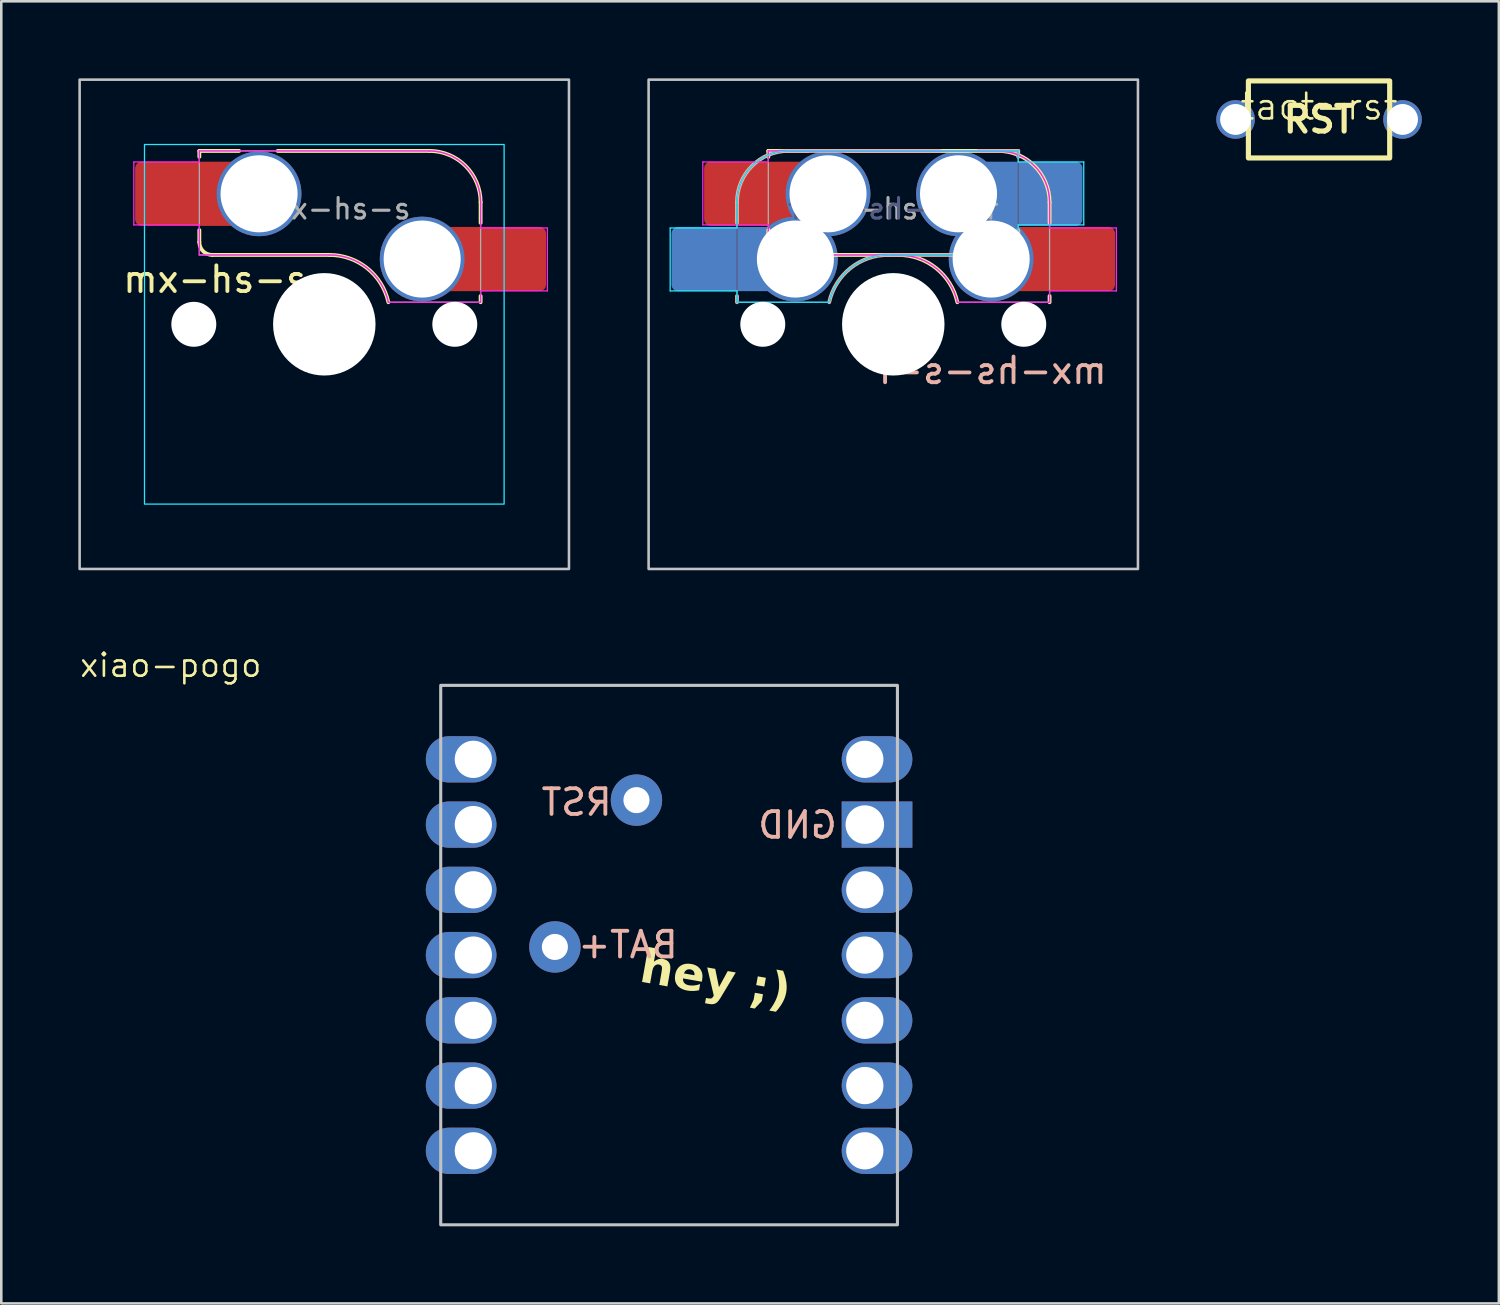
<source format=kicad_pcb>
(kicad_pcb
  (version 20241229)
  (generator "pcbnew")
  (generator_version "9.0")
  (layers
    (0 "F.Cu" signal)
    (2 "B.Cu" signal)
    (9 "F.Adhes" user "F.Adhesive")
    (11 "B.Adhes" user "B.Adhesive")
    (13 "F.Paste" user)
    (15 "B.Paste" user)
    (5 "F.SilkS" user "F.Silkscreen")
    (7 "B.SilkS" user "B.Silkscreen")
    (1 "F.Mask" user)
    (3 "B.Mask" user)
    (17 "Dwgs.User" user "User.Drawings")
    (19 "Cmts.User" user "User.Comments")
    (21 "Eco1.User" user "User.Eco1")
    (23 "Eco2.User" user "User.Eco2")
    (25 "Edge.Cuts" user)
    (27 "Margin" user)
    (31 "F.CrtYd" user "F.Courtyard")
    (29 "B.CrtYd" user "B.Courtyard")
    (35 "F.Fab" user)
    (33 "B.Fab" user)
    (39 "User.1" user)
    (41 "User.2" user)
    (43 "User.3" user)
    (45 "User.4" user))
  (footprint "xiao-pogo"
    (layer "F.Cu")
    (at 22.997 34.131)
    (property "Reference" "xiao-pogo" (at -19.399 -11.283 0) (layer "F.SilkS") (effects (font (size 0.889 0.889) (thickness 0.102))))
    (attr smd exclude_from_pos_files)
    (fp_rect (start -8.89 10.5) (end 8.89 -10.5) (stroke (width 0.12) (type solid)) (fill no) (layer "Dwgs.User"))
    (fp_text user "hey ;)" (at 1.8 1 350) (unlocked yes) (layer "F.SilkS") (effects (font (face "Futura") (size 1.3 1.3) (thickness 0.325) (bold yes))))
    (fp_text user "BAT+" (at -1.6 -0.4 0) (unlocked yes) (layer "B.SilkS") (effects (font (size 1 1) (thickness 0.15)) (justify mirror)))
    (fp_text user "RST" (at -3.6 -5.95 0) (unlocked yes) (layer "B.SilkS") (effects (font (size 1 1) (thickness 0.15)) (justify mirror)))
    (fp_text user "GND" (at 5 -5.06 0) (unlocked yes) (layer "B.SilkS") (effects (font (size 1 1) (thickness 0.15)) (justify mirror)))
    (pad "1" thru_hole oval (at -7.62 -7.62) (size 2.75 1.8) (drill 1.45 (offset -0.475 0)) (layers "*.Cu" "*.Mask"))
    (pad "2" thru_hole oval (at -7.62 -5.08) (size 2.75 1.8) (drill 1.45 (offset -0.475 0)) (layers "*.Cu" "*.Mask"))
    (pad "3" thru_hole oval (at -7.62 -2.54) (size 2.75 1.8) (drill 1.45 (offset -0.475 0)) (layers "*.Cu" "*.Mask"))
    (pad "4" thru_hole oval (at -7.62 0) (size 2.75 1.8) (drill 1.45 (offset -0.475 0)) (layers "*.Cu" "*.Mask"))
    (pad "5" thru_hole oval (at -7.62 2.54) (size 2.75 1.8) (drill 1.45 (offset -0.475 0)) (layers "*.Cu" "*.Mask"))
    (pad "6" thru_hole oval (at -7.62 5.08) (size 2.75 1.8) (drill 1.45 (offset -0.475 0)) (layers "*.Cu" "*.Mask"))
    (pad "7" thru_hole oval (at -7.62 7.62) (size 2.75 1.8) (drill 1.45 (offset -0.475 0)) (layers "*.Cu" "*.Mask"))
    (pad "8" thru_hole oval (at 7.62 7.62 180) (size 2.75 1.8) (drill 1.45 (offset -0.475 0)) (layers "*.Cu" "*.Mask"))
    (pad "9" thru_hole oval (at 7.62 5.08 180) (size 2.75 1.8) (drill 1.45 (offset -0.475 0)) (layers "*.Cu" "*.Mask"))
    (pad "10" thru_hole oval (at 7.62 2.54 180) (size 2.75 1.8) (drill 1.45 (offset -0.475 0)) (layers "*.Cu" "*.Mask"))
    (pad "11" thru_hole oval (at 7.62 0 180) (size 2.75 1.8) (drill 1.45 (offset -0.475 0)) (layers "*.Cu" "*.Mask"))
    (pad "12" thru_hole oval (at 7.62 -2.54 180) (size 2.75 1.8) (drill 1.45 (offset -0.475 0)) (layers "*.Cu" "*.Mask"))
    (pad "13" thru_hole rect (at 7.62 -5.08 180) (size 2.75 1.8) (drill 1.5 (offset -0.475 0)) (layers "*.Cu" "*.Mask"))
    (pad "14" thru_hole oval (at 7.62 -7.62 180) (size 2.75 1.8) (drill 1.45 (offset -0.475 0)) (layers "*.Cu" "*.Mask"))
    (pad "18" thru_hole circle (at -1.27 -6.032 90) (size 2 2) (drill 1.016) (property pad_prop_castellated) (layers "*.Cu" "*.Mask"))
    (pad "19" thru_hole circle (at -4.445 -0.317 180) (size 2 2) (drill 1.016) (property pad_prop_castellated) (layers "*.Cu" "*.Mask")))
  (footprint "mx-hs-s-r"
    (layer "F.Cu")
    (at 31.725 9.575)
    (property "Reference" "mx-hs-s-r" (at 3.8 1.8 0) (layer "B.SilkS") (effects (font (size 1 1) (thickness 0.15)) (justify mirror)))
    (attr smd)
    (fp_line (start -4.865 -3.67) (end -4.865 -3.2) (stroke (width 0.15) (type solid)) (layer "F.SilkS"))
    (fp_line (start -4.865 -6.75) (end -4.865 -6.52) (stroke (width 0.15) (type solid)) (layer "F.SilkS"))
    (fp_line (start -4.365 -2.7) (end 0.2 -2.7) (stroke (width 0.15) (type solid)) (layer "F.SilkS"))
    (fp_line (start -3.315 -6.75) (end -4.865 -6.75) (stroke (width 0.15) (type solid)) (layer "F.SilkS"))
    (fp_line (start 4.085 -6.75) (end -1.815 -6.75) (stroke (width 0.15) (type solid)) (layer "F.SilkS"))
    (fp_line (start 6.085 -1.1) (end 6.085 -0.86) (stroke (width 0.15) (type solid)) (layer "F.SilkS"))
    (fp_line (start 6.085 -3.95) (end 6.085 -4.75) (stroke (width 0.15) (type solid)) (layer "F.SilkS"))
    (fp_arc (start -4.364825 -2.700216) (mid -4.718382 -2.846662) (end -4.864824 -3.200221) (stroke (width 0.15) (type solid)) (layer "F.SilkS"))
    (fp_arc (start 0.200001 -2.700221) (mid 1.670694 -2.183639) (end 2.494322 -0.860222) (stroke (width 0.15) (type solid)) (layer "F.SilkS"))
    (fp_arc (start 4.085172 -6.750221) (mid 5.499391 -6.164436) (end 6.085178 -4.750217) (stroke (width 0.15) (type solid)) (layer "F.SilkS"))
    (fp_line (start -6.085 -1.1) (end -6.085 -0.86) (stroke (width 0.15) (type solid)) (layer "B.SilkS"))
    (fp_line (start -6.085 -3.95) (end -6.085 -4.75) (stroke (width 0.15) (type solid)) (layer "B.SilkS"))
    (fp_line (start -4.085 -6.75) (end 1.815 -6.75) (stroke (width 0.15) (type solid)) (layer "B.SilkS"))
    (fp_line (start 3.315 -6.75) (end 4.865 -6.75) (stroke (width 0.15) (type solid)) (layer "B.SilkS"))
    (fp_line (start 4.365 -2.7) (end -0.2 -2.7) (stroke (width 0.15) (type solid)) (layer "B.SilkS"))
    (fp_line (start 4.865 -6.75) (end 4.865 -6.52) (stroke (width 0.15) (type solid)) (layer "B.SilkS"))
    (fp_line (start 4.865 -3.67) (end 4.865 -3.2) (stroke (width 0.15) (type solid)) (layer "B.SilkS"))
    (fp_arc (start -6.085176 -4.750216) (mid -5.49939 -6.164431) (end -4.085176 -6.750218) (stroke (width 0.15) (type solid)) (layer "B.SilkS"))
    (fp_arc (start -2.494321 -0.860222) (mid -1.670692 -2.183638) (end -0.199999 -2.70022) (stroke (width 0.15) (type solid)) (layer "B.SilkS"))
    (fp_arc (start 4.864825 -3.200217) (mid 4.718377 -2.846667) (end 4.364826 -2.700217) (stroke (width 0.15) (type solid)) (layer "B.SilkS"))
    (fp_rect (start -9.525 -9.525) (end 9.525 9.525) (stroke (width 0.1) (type default)) (fill no) (layer "Dwgs.User"))
    (fp_line (start -8.685 -3.75) (end -8.685 -1.3) (stroke (width 0.05) (type solid)) (layer "B.CrtYd"))
    (fp_line (start -8.685 -1.3) (end -6.085 -1.3) (stroke (width 0.05) (type solid)) (layer "B.CrtYd"))
    (fp_line (start -6.085 -1.3) (end -6.085 -0.86) (stroke (width 0.05) (type solid)) (layer "B.CrtYd"))
    (fp_line (start -6.085 -3.75) (end -8.685 -3.75) (stroke (width 0.05) (type solid)) (layer "B.CrtYd"))
    (fp_line (start -6.085 -3.75) (end -6.085 -4.75) (stroke (width 0.05) (type solid)) (layer "B.CrtYd"))
    (fp_line (start -6.085 -0.86) (end -2.494 -0.86) (stroke (width 0.05) (type solid)) (layer "B.CrtYd"))
    (fp_line (start -4.085 -6.75) (end 4.865 -6.75) (stroke (width 0.05) (type solid)) (layer "B.CrtYd"))
    (fp_line (start 4.865 -6.75) (end 4.865 -6.32) (stroke (width 0.05) (type solid)) (layer "B.CrtYd"))
    (fp_line (start 4.865 -3.87) (end 4.865 -2.7) (stroke (width 0.05) (type solid)) (layer "B.CrtYd"))
    (fp_line (start 4.865 -3.87) (end 7.415 -3.87) (stroke (width 0.05) (type solid)) (layer "B.CrtYd"))
    (fp_line (start 4.865 -2.7) (end -0.2 -2.7) (stroke (width 0.05) (type solid)) (layer "B.CrtYd"))
    (fp_line (start 7.415 -6.32) (end 4.865 -6.32) (stroke (width 0.05) (type solid)) (layer "B.CrtYd"))
    (fp_line (start 7.415 -3.87) (end 7.415 -6.32) (stroke (width 0.05) (type solid)) (layer "B.CrtYd"))
    (fp_arc (start -6.085176 -4.750216) (mid -5.49939 -6.164431) (end -4.085176 -6.750218) (stroke (width 0.05) (type solid)) (layer "B.CrtYd"))
    (fp_arc (start -2.494321 -0.860222) (mid -1.670501 -2.183401) (end -0.199999 -2.70022) (stroke (width 0.05) (type solid)) (layer "B.CrtYd"))
    (fp_line (start -7.415 -3.87) (end -7.415 -6.32) (stroke (width 0.05) (type solid)) (layer "F.CrtYd"))
    (fp_line (start -7.415 -6.32) (end -4.865 -6.32) (stroke (width 0.05) (type solid)) (layer "F.CrtYd"))
    (fp_line (start -4.865 -3.87) (end -7.415 -3.87) (stroke (width 0.05) (type solid)) (layer "F.CrtYd"))
    (fp_line (start -4.865 -3.87) (end -4.865 -2.7) (stroke (width 0.05) (type solid)) (layer "F.CrtYd"))
    (fp_line (start -4.865 -2.7) (end 0.2 -2.7) (stroke (width 0.05) (type solid)) (layer "F.CrtYd"))
    (fp_line (start -4.865 -6.75) (end -4.865 -6.32) (stroke (width 0.05) (type solid)) (layer "F.CrtYd"))
    (fp_line (start 4.085 -6.75) (end -4.865 -6.75) (stroke (width 0.05) (type solid)) (layer "F.CrtYd"))
    (fp_line (start 6.085 -1.3) (end 6.085 -0.86) (stroke (width 0.05) (type solid)) (layer "F.CrtYd"))
    (fp_line (start 6.085 -0.86) (end 2.494 -0.86) (stroke (width 0.05) (type solid)) (layer "F.CrtYd"))
    (fp_line (start 6.085 -3.75) (end 6.085 -4.75) (stroke (width 0.05) (type solid)) (layer "F.CrtYd"))
    (fp_line (start 6.085 -3.75) (end 8.685 -3.75) (stroke (width 0.05) (type solid)) (layer "F.CrtYd"))
    (fp_line (start 8.685 -1.3) (end 6.085 -1.3) (stroke (width 0.05) (type solid)) (layer "F.CrtYd"))
    (fp_line (start 8.685 -3.75) (end 8.685 -1.3) (stroke (width 0.05) (type solid)) (layer "F.CrtYd"))
    (fp_arc (start 0.200001 -2.700221) (mid 1.670503 -2.1834) (end 2.494322 -0.860222) (stroke (width 0.05) (type solid)) (layer "F.CrtYd"))
    (fp_arc (start 4.085172 -6.750221) (mid 5.499391 -6.164436) (end 6.085178 -4.750217) (stroke (width 0.05) (type solid)) (layer "F.CrtYd"))
    (fp_line (start -6.085 -0.86) (end -6.085 -4.75) (stroke (width 0.05) (type solid)) (layer "B.Fab"))
    (fp_line (start -6.085 -0.86) (end -2.494 -0.86) (stroke (width 0.05) (type solid)) (layer "B.Fab"))
    (fp_line (start -4.085 -6.75) (end 4.865 -6.75) (stroke (width 0.05) (type solid)) (layer "B.Fab"))
    (fp_line (start 4.865 -6.75) (end 4.865 -2.7) (stroke (width 0.05) (type solid)) (layer "B.Fab"))
    (fp_line (start 4.865 -2.7) (end -0.2 -2.7) (stroke (width 0.05) (type solid)) (layer "B.Fab"))
    (fp_arc (start -6.085176 -4.750216) (mid -5.49939 -6.164431) (end -4.085176 -6.750218) (stroke (width 0.05) (type solid)) (layer "B.Fab"))
    (fp_arc (start -2.494321 -0.860222) (mid -1.670501 -2.183401) (end -0.199999 -2.70022) (stroke (width 0.05) (type solid)) (layer "B.Fab"))
    (fp_line (start -4.865 -2.7) (end 0.2 -2.7) (stroke (width 0.05) (type solid)) (layer "F.Fab"))
    (fp_line (start -4.865 -6.75) (end -4.865 -2.7) (stroke (width 0.05) (type solid)) (layer "F.Fab"))
    (fp_line (start 4.085 -6.75) (end -4.865 -6.75) (stroke (width 0.05) (type solid)) (layer "F.Fab"))
    (fp_line (start 6.085 -0.86) (end 2.494 -0.86) (stroke (width 0.05) (type solid)) (layer "F.Fab"))
    (fp_line (start 6.085 -0.86) (end 6.085 -4.75) (stroke (width 0.05) (type solid)) (layer "F.Fab"))
    (fp_arc (start 0.200001 -2.700221) (mid 1.670503 -2.1834) (end 2.494322 -0.860222) (stroke (width 0.05) (type solid)) (layer "F.Fab"))
    (fp_arc (start 4.085172 -6.750221) (mid 5.499391 -6.164436) (end 6.085178 -4.750217) (stroke (width 0.05) (type solid)) (layer "F.Fab"))
    (fp_text user "${REFERENCE}" (at -0.5 -4.5 0) (layer "B.Fab") (effects (font (size 0.8 0.8) (thickness 0.12)) (justify mirror)))
    (fp_text user "${REFERENCE}" (at 0.5 -4.5 0) (layer "F.Fab") (effects (font (size 0.8 0.8) (thickness 0.12))))
    (pad "" np_thru_hole circle (at -5.08 -0.000002) (size 1.75 1.75) (drill 1.75) (layers "*.Cu" "*.Mask"))
    (pad "" np_thru_hole circle (at 0 0) (size 3.988 3.988) (drill 3.988) (layers "*.Cu" "*.Mask"))
    (pad "" np_thru_hole circle (at 5.08 0.000001) (size 1.75 1.75) (drill 1.75) (layers "*.Cu" "*.Mask"))
    (pad "1" smd roundrect (at -7.36 -2.54 180) (size 2.55 2.5) (layers "B.Cu" "B.Mask" "B.Paste") (roundrect_rratio 0.1))
    (pad "1" smd roundrect (at -6.09 -5.08) (size 2.55 2.5) (layers "F.Cu" "F.Mask" "F.Paste") (roundrect_rratio 0.1))
    (pad "1" smd rect (at -5.635 -2.54) (size 1.65 2.5) (layers "B.Cu"))
    (pad "1" smd rect (at -4.34 -5.08) (size 1.65 2.5) (layers "F.Cu"))
    (pad "1" thru_hole circle (at -3.81 -2.54 180) (size 3.3 3.3) (drill 3) (property pad_prop_mechanical) (layers "*.Cu" "*.Mask"))
    (pad "1" thru_hole circle (at -2.54 -5.08) (size 3.3 3.3) (drill 3) (property pad_prop_mechanical) (layers "*.Cu" "*.Mask"))
    (pad "2" thru_hole circle (at 2.54 -5.08 180) (size 3.3 3.3) (drill 3) (property pad_prop_mechanical) (layers "*.Cu" "*.Mask"))
    (pad "2" thru_hole circle (at 3.81 -2.54) (size 3.3 3.3) (drill 3) (property pad_prop_mechanical) (layers "*.Cu" "*.Mask"))
    (pad "2" smd rect (at 4.34 -5.08 180) (size 1.65 2.5) (layers "B.Cu"))
    (pad "2" smd rect (at 5.635 -2.54 180) (size 1.65 2.5) (layers "F.Cu"))
    (pad "2" smd roundrect (at 6.09 -5.08 180) (size 2.55 2.5) (layers "B.Cu" "B.Mask" "B.Paste") (roundrect_rratio 0.1))
    (pad "2" smd roundrect (at 7.36 -2.54) (size 2.55 2.5) (layers "F.Cu" "F.Mask" "F.Paste") (roundrect_rratio 0.1)))
  (footprint "tact-rst"
    (layer "F.Cu")
    (at 48.3 1.6)
    (property "Reference" "tact-rst" (at 0 -0.5 0) (unlocked yes) (layer "F.SilkS") (effects (font (size 1 1) (thickness 0.1))))
    (attr smd exclude_from_pos_files)
    (fp_rect (start -2.75 -1.5) (end 2.75 1.5) (stroke (width 0.2) (type solid)) (fill no) (layer "F.SilkS"))
    (fp_text user "RST" (at 0 0 0) (unlocked yes) (layer "F.SilkS") (effects (font (size 1 1) (thickness 0.2) (bold yes))))
    (pad "1" thru_hole circle (at -3.25 0) (size 1.5 1.5) (drill 1.2) (layers "*.Cu" "*.Mask"))
    (pad "2" thru_hole circle (at 3.25 0) (size 1.5 1.5) (drill 1.2) (layers "*.Cu" "*.Mask")))
  (footprint "mx-hs-s"
    (layer "F.Cu")
    (at 9.575 9.575)
    (property "Reference" "mx-hs-s" (at -4.25 -1.75 0) (layer "F.SilkS") (effects (font (size 1 1) (thickness 0.15))))
    (attr smd)
    (fp_line (start -4.865 -6.75) (end -4.865 -6.52) (stroke (width 0.15) (type solid)) (layer "F.SilkS"))
    (fp_line (start -4.865 -3.67) (end -4.865 -3.2) (stroke (width 0.15) (type solid)) (layer "F.SilkS"))
    (fp_line (start -4.365 -2.7) (end 0.2 -2.7) (stroke (width 0.15) (type solid)) (layer "F.SilkS"))
    (fp_line (start -3.315 -6.75) (end -4.865 -6.75) (stroke (width 0.15) (type solid)) (layer "F.SilkS"))
    (fp_line (start 4.085 -6.75) (end -1.815 -6.75) (stroke (width 0.15) (type solid)) (layer "F.SilkS"))
    (fp_line (start 6.085 -3.95) (end 6.085 -4.75) (stroke (width 0.15) (type solid)) (layer "F.SilkS"))
    (fp_line (start 6.085 -1.1) (end 6.085 -0.86) (stroke (width 0.15) (type solid)) (layer "F.SilkS"))
    (fp_arc (start -4.364824 -2.70022) (mid -4.718377 -2.846667) (end -4.864824 -3.20022) (stroke (width 0.15) (type solid)) (layer "F.SilkS"))
    (fp_arc (start 0.2 -2.70022) (mid 1.670693 -2.183637) (end 2.494322 -0.86022) (stroke (width 0.15) (type solid)) (layer "F.SilkS"))
    (fp_arc (start 4.085176 -6.75022) (mid 5.49939 -6.164434) (end 6.085176 -4.75022) (stroke (width 0.15) (type solid)) (layer "F.SilkS"))
    (fp_rect (start -9.525 -9.525) (end 9.525 9.525) (stroke (width 0.1) (type default)) (fill no) (layer "Dwgs.User"))
    (fp_line (start -7 -6.5) (end -7 6.5) (stroke (width 0.05) (type solid)) (layer "Eco2.User"))
    (fp_line (start -6.5 7) (end 6.5 7) (stroke (width 0.05) (type solid)) (layer "Eco2.User"))
    (fp_line (start 6.5 -7) (end -6.5 -7) (stroke (width 0.05) (type solid)) (layer "Eco2.User"))
    (fp_line (start 7 6.5) (end 7 -6.5) (stroke (width 0.05) (type solid)) (layer "Eco2.User"))
    (fp_arc (start -7 -6.5) (mid -6.853553 -6.853553) (end -6.5 -7) (stroke (width 0.05) (type solid)) (layer "Eco2.User"))
    (fp_arc (start -6.497236 6.998884) (mid -6.850789 6.852437) (end -6.997236 6.498884) (stroke (width 0.05) (type solid)) (layer "Eco2.User"))
    (fp_arc (start 6.5 -7) (mid 6.853553 -6.853553) (end 7 -6.5) (stroke (width 0.05) (type solid)) (layer "Eco2.User"))
    (fp_arc (start 7 6.5) (mid 6.853553 6.853553) (end 6.5 7) (stroke (width 0.05) (type solid)) (layer "Eco2.User"))
    (fp_rect (start -7 -7) (end 7 7) (stroke (width 0.05) (type default)) (fill no) (layer "B.CrtYd"))
    (fp_line (start -7.415 -6.32) (end -4.865 -6.32) (stroke (width 0.05) (type solid)) (layer "F.CrtYd"))
    (fp_line (start -7.415 -3.87) (end -7.415 -6.32) (stroke (width 0.05) (type solid)) (layer "F.CrtYd"))
    (fp_line (start -4.865 -6.75) (end -4.865 -6.32) (stroke (width 0.05) (type solid)) (layer "F.CrtYd"))
    (fp_line (start -4.865 -3.87) (end -7.415 -3.87) (stroke (width 0.05) (type solid)) (layer "F.CrtYd"))
    (fp_line (start -4.865 -3.87) (end -4.865 -2.7) (stroke (width 0.05) (type solid)) (layer "F.CrtYd"))
    (fp_line (start -4.865 -2.7) (end 0.2 -2.7) (stroke (width 0.05) (type solid)) (layer "F.CrtYd"))
    (fp_line (start 4.085 -6.75) (end -4.865 -6.75) (stroke (width 0.05) (type solid)) (layer "F.CrtYd"))
    (fp_line (start 6.085 -3.75) (end 6.085 -4.75) (stroke (width 0.05) (type solid)) (layer "F.CrtYd"))
    (fp_line (start 6.085 -3.75) (end 8.685 -3.75) (stroke (width 0.05) (type solid)) (layer "F.CrtYd"))
    (fp_line (start 6.085 -1.3) (end 6.085 -0.86) (stroke (width 0.05) (type solid)) (layer "F.CrtYd"))
    (fp_line (start 6.085 -0.86) (end 2.494 -0.86) (stroke (width 0.05) (type solid)) (layer "F.CrtYd"))
    (fp_line (start 8.685 -3.75) (end 8.685 -1.3) (stroke (width 0.05) (type solid)) (layer "F.CrtYd"))
    (fp_line (start 8.685 -1.3) (end 6.085 -1.3) (stroke (width 0.05) (type solid)) (layer "F.CrtYd"))
    (fp_arc (start 0.2 -2.70022) (mid 1.670503 -2.183399) (end 2.494322 -0.86022) (stroke (width 0.05) (type solid)) (layer "F.CrtYd"))
    (fp_arc (start 4.085176 -6.75022) (mid 5.49939 -6.164434) (end 6.085176 -4.75022) (stroke (width 0.05) (type solid)) (layer "F.CrtYd"))
    (fp_line (start -4.865 -6.75) (end -4.865 -2.7) (stroke (width 0.05) (type solid)) (layer "F.Fab"))
    (fp_line (start -4.865 -2.7) (end 0.2 -2.7) (stroke (width 0.05) (type solid)) (layer "F.Fab"))
    (fp_line (start 4.085 -6.75) (end -4.865 -6.75) (stroke (width 0.05) (type solid)) (layer "F.Fab"))
    (fp_line (start 6.085 -0.86) (end 2.494 -0.86) (stroke (width 0.05) (type solid)) (layer "F.Fab"))
    (fp_line (start 6.085 -0.86) (end 6.085 -4.75) (stroke (width 0.05) (type solid)) (layer "F.Fab"))
    (fp_arc (start 0.2 -2.70022) (mid 1.670503 -2.183399) (end 2.494322 -0.86022) (stroke (width 0.05) (type solid)) (layer "F.Fab"))
    (fp_arc (start 4.085176 -6.75022) (mid 5.49939 -6.164434) (end 6.085176 -4.75022) (stroke (width 0.05) (type solid)) (layer "F.Fab"))
    (fp_text user "${REFERENCE}" (at 0.5 -4.5 0) (layer "F.Fab") (effects (font (size 0.8 0.8) (thickness 0.12))))
    (pad "" np_thru_hole circle (at -5.08 0) (size 1.75 1.75) (drill 1.75) (layers "*.Cu" "*.Mask"))
    (pad "" np_thru_hole circle (at 0 0) (size 3.988 3.988) (drill 3.988) (layers "*.Cu" "*.Mask"))
    (pad "" np_thru_hole circle (at 5.08 0) (size 1.75 1.75) (drill 1.75) (layers "*.Cu" "*.Mask"))
    (pad "1" thru_hole circle (at 3.81 -2.54) (size 3.3 3.3) (drill 3) (property pad_prop_mechanical) (layers "*.Cu" "*.Mask"))
    (pad "1" smd rect (at 5.635 -2.54 180) (size 1.65 2.5) (layers "F.Cu"))
    (pad "1" smd roundrect (at 7.36 -2.54) (size 2.55 2.5) (layers "F.Cu" "F.Mask" "F.Paste") (roundrect_rratio 0.1))
    (pad "2" smd roundrect (at -6.09 -5.08) (size 2.55 2.5) (layers "F.Cu" "F.Mask" "F.Paste") (roundrect_rratio 0.1))
    (pad "2" smd rect (at -4.34 -5.08) (size 1.65 2.5) (layers "F.Cu"))
    (pad "2" thru_hole circle (at -2.54 -5.08) (size 3.3 3.3) (drill 3) (property pad_prop_mechanical) (layers "*.Cu" "*.Mask")))
  (gr_rect
    (start -3 -3)
    (end 55.3 47.691)
    (stroke (width 0.1) (type default))
    (fill no)
    (layer "Edge.Cuts")))
</source>
